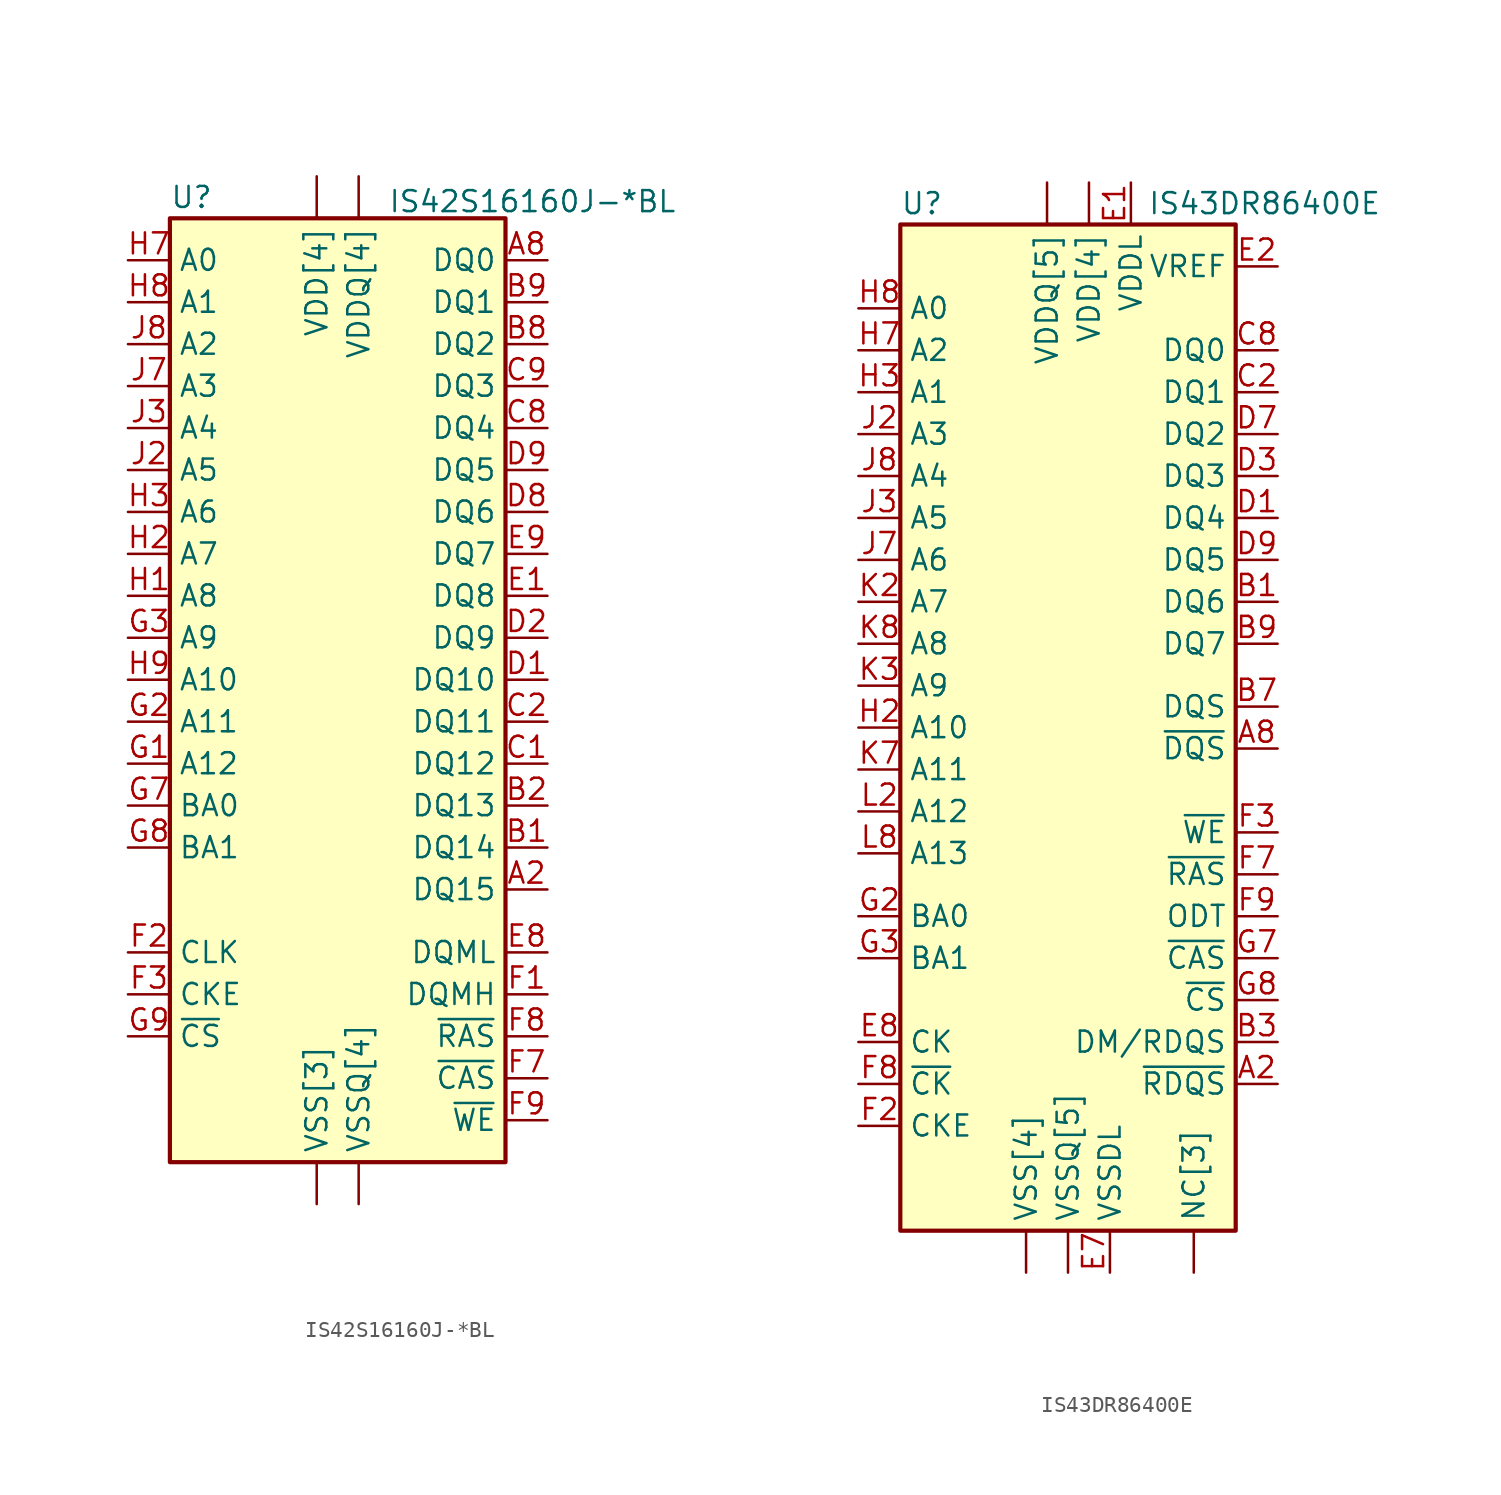
<source format=kicad_sym>
(kicad_symbol_lib
  (version 20231120)
  (generator "kicad_symbol_editor")
  (generator_version "8.0")
  (symbol "IS42S16160J-*BL"
    (property "Reference" "U"
      (at -10.16 30.48 0)
      (effects (font (size 1.27 1.27)) (justify left)))
    (property "Value" "IS42S16160J-*BL"
      (at 3.048 30.226 0)
      (effects (font (size 1.27 1.27)) (justify left)))
    (symbol "IS42S16160J-*BL_0_0"
      (pin input line (at 1.27 31.75 270) (length 2.54) (name "VDDQ[4]" (effects (font (size 1.27 1.27)))) (number "" (effects (font (size 1.27 1.27)))))
      (pin input line (at -1.27 31.75 270) (length 2.54) (name "VDD[4]" (effects (font (size 1.27 1.27)))) (number "" (effects (font (size 1.27 1.27)))))
      (pin input line (at 1.27 -30.48 90) (length 2.54) (name "VSSQ[4]" (effects (font (size 1.27 1.27)))) (number "" (effects (font (size 1.27 1.27)))))
      (pin input line (at -1.27 -30.48 90) (length 2.54) (name "VSS[3]" (effects (font (size 1.27 1.27)))) (number "" (effects (font (size 1.27 1.27)))))
      (pin input line (at -1.27 31.75 270) (length 2.54) hide (name "VDD" (effects (font (size 1.27 1.27)))) (number "1" (effects (font (size 1.27 1.27)))))
      (pin input line (at -1.27 -30.48 90) (length 2.54) hide (name "VSS" (effects (font (size 1.27 1.27)))) (number "A1" (effects (font (size 1.27 1.27)))))
      (pin input line (at 12.7 -11.43 180) (length 2.54) (name "DQ15" (effects (font (size 1.27 1.27)))) (number "A2" (effects (font (size 1.27 1.27)))))
      (pin input line (at 1.27 -30.48 90) (length 2.54) hide (name "VSSQ" (effects (font (size 1.27 1.27)))) (number "A3" (effects (font (size 1.27 1.27)))))
      (pin input line (at 1.27 31.75 270) (length 2.54) hide (name "VDDQ" (effects (font (size 1.27 1.27)))) (number "A7" (effects (font (size 1.27 1.27)))))
      (pin input line (at 12.7 26.67 180) (length 2.54) (name "DQ0" (effects (font (size 1.27 1.27)))) (number "A8" (effects (font (size 1.27 1.27)))))
      (pin input line (at -1.27 31.75 270) (length 2.54) hide (name "VDD" (effects (font (size 1.27 1.27)))) (number "A9" (effects (font (size 1.27 1.27)))))
      (pin input line (at 12.7 -8.89 180) (length 2.54) (name "DQ14" (effects (font (size 1.27 1.27)))) (number "B1" (effects (font (size 1.27 1.27)))))
      (pin input line (at 12.7 -6.35 180) (length 2.54) (name "DQ13" (effects (font (size 1.27 1.27)))) (number "B2" (effects (font (size 1.27 1.27)))))
      (pin input line (at 1.27 31.75 270) (length 2.54) hide (name "VDDQ" (effects (font (size 1.27 1.27)))) (number "B3" (effects (font (size 1.27 1.27)))))
      (pin input line (at 1.27 -30.48 90) (length 2.54) hide (name "VSSQ" (effects (font (size 1.27 1.27)))) (number "B7" (effects (font (size 1.27 1.27)))))
      (pin input line (at 12.7 21.59 180) (length 2.54) (name "DQ2" (effects (font (size 1.27 1.27)))) (number "B8" (effects (font (size 1.27 1.27)))))
      (pin input line (at 12.7 24.13 180) (length 2.54) (name "DQ1" (effects (font (size 1.27 1.27)))) (number "B9" (effects (font (size 1.27 1.27)))))
      (pin input line (at 12.7 -3.81 180) (length 2.54) (name "DQ12" (effects (font (size 1.27 1.27)))) (number "C1" (effects (font (size 1.27 1.27)))))
      (pin input line (at 12.7 -1.27 180) (length 2.54) (name "DQ11" (effects (font (size 1.27 1.27)))) (number "C2" (effects (font (size 1.27 1.27)))))
      (pin input line (at 1.27 -30.48 90) (length 2.54) hide (name "VSSQ" (effects (font (size 1.27 1.27)))) (number "C3" (effects (font (size 1.27 1.27)))))
      (pin input line (at 1.27 31.75 270) (length 2.54) hide (name "VDDQ" (effects (font (size 1.27 1.27)))) (number "C7" (effects (font (size 1.27 1.27)))))
      (pin input line (at 12.7 16.51 180) (length 2.54) (name "DQ4" (effects (font (size 1.27 1.27)))) (number "C8" (effects (font (size 1.27 1.27)))))
      (pin input line (at 12.7 19.05 180) (length 2.54) (name "DQ3" (effects (font (size 1.27 1.27)))) (number "C9" (effects (font (size 1.27 1.27)))))
      (pin input line (at 12.7 1.27 180) (length 2.54) (name "DQ10" (effects (font (size 1.27 1.27)))) (number "D1" (effects (font (size 1.27 1.27)))))
      (pin input line (at 12.7 3.81 180) (length 2.54) (name "DQ9" (effects (font (size 1.27 1.27)))) (number "D2" (effects (font (size 1.27 1.27)))))
      (pin input line (at 1.27 31.75 270) (length 2.54) hide (name "VDDQ" (effects (font (size 1.27 1.27)))) (number "D3" (effects (font (size 1.27 1.27)))))
      (pin input line (at 1.27 -30.48 90) (length 2.54) hide (name "VSSQ" (effects (font (size 1.27 1.27)))) (number "D4" (effects (font (size 1.27 1.27)))))
      (pin input line (at 12.7 11.43 180) (length 2.54) (name "DQ6" (effects (font (size 1.27 1.27)))) (number "D8" (effects (font (size 1.27 1.27)))))
      (pin input line (at 12.7 13.97 180) (length 2.54) (name "DQ5" (effects (font (size 1.27 1.27)))) (number "D9" (effects (font (size 1.27 1.27)))))
      (pin input line (at 12.7 6.35 180) (length 2.54) (name "DQ8" (effects (font (size 1.27 1.27)))) (number "E1" (effects (font (size 1.27 1.27)))))
      (pin input line (at 6.35 -30.48 90) (length 2.54) hide (name "NC" (effects (font (size 1.27 1.27)))) (number "E2" (effects (font (size 1.27 1.27)))))
      (pin input line (at -1.27 -30.48 90) (length 2.54) hide (name "VSS" (effects (font (size 1.27 1.27)))) (number "E3" (effects (font (size 1.27 1.27)))))
      (pin input line (at -1.27 31.75 270) (length 2.54) hide (name "VDD" (effects (font (size 1.27 1.27)))) (number "E7" (effects (font (size 1.27 1.27)))))
      (pin input line (at 12.7 -15.24 180) (length 2.54) (name "DQML" (effects (font (size 1.27 1.27)))) (number "E8" (effects (font (size 1.27 1.27)))))
      (pin input line (at 12.7 8.89 180) (length 2.54) (name "DQ7" (effects (font (size 1.27 1.27)))) (number "E9" (effects (font (size 1.27 1.27)))))
      (pin input line (at 12.7 -17.78 180) (length 2.54) (name "DQMH" (effects (font (size 1.27 1.27)))) (number "F1" (effects (font (size 1.27 1.27)))))
      (pin input line (at -12.7 -15.24 0) (length 2.54) (name "CLK" (effects (font (size 1.27 1.27)))) (number "F2" (effects (font (size 1.27 1.27)))))
      (pin input line (at -12.7 -17.78 0) (length 2.54) (name "CKE" (effects (font (size 1.27 1.27)))) (number "F3" (effects (font (size 1.27 1.27)))))
      (pin input line (at 12.7 -22.86 180) (length 2.54) (name "~{CAS}" (effects (font (size 1.27 1.27)))) (number "F7" (effects (font (size 1.27 1.27)))))
      (pin input line (at 12.7 -20.32 180) (length 2.54) (name "~{RAS}" (effects (font (size 1.27 1.27)))) (number "F8" (effects (font (size 1.27 1.27)))))
      (pin input line (at 12.7 -25.4 180) (length 2.54) (name "~{WE}" (effects (font (size 1.27 1.27)))) (number "F9" (effects (font (size 1.27 1.27)))))
      (pin input line (at -12.7 -3.81 0) (length 2.54) (name "A12" (effects (font (size 1.27 1.27)))) (number "G1" (effects (font (size 1.27 1.27)))))
      (pin input line (at -12.7 -1.27 0) (length 2.54) (name "A11" (effects (font (size 1.27 1.27)))) (number "G2" (effects (font (size 1.27 1.27)))))
      (pin input line (at -12.7 3.81 0) (length 2.54) (name "A9" (effects (font (size 1.27 1.27)))) (number "G3" (effects (font (size 1.27 1.27)))))
      (pin input line (at -12.7 -6.35 0) (length 2.54) (name "BA0" (effects (font (size 1.27 1.27)))) (number "G7" (effects (font (size 1.27 1.27)))))
      (pin input line (at -12.7 -8.89 0) (length 2.54) (name "BA1" (effects (font (size 1.27 1.27)))) (number "G8" (effects (font (size 1.27 1.27)))))
      (pin input line (at -12.7 -20.32 0) (length 2.54) (name "~{CS}" (effects (font (size 1.27 1.27)))) (number "G9" (effects (font (size 1.27 1.27)))))
      (pin input line (at -12.7 6.35 0) (length 2.54) (name "A8" (effects (font (size 1.27 1.27)))) (number "H1" (effects (font (size 1.27 1.27)))))
      (pin input line (at -12.7 8.89 0) (length 2.54) (name "A7" (effects (font (size 1.27 1.27)))) (number "H2" (effects (font (size 1.27 1.27)))))
      (pin input line (at -12.7 11.43 0) (length 2.54) (name "A6" (effects (font (size 1.27 1.27)))) (number "H3" (effects (font (size 1.27 1.27)))))
      (pin input line (at -12.7 26.67 0) (length 2.54) (name "A0" (effects (font (size 1.27 1.27)))) (number "H7" (effects (font (size 1.27 1.27)))))
      (pin input line (at -12.7 24.13 0) (length 2.54) (name "A1" (effects (font (size 1.27 1.27)))) (number "H8" (effects (font (size 1.27 1.27)))))
      (pin input line (at -12.7 1.27 0) (length 2.54) (name "A10" (effects (font (size 1.27 1.27)))) (number "H9" (effects (font (size 1.27 1.27)))))
      (pin input line (at -1.27 -30.48 90) (length 2.54) hide (name "VSS" (effects (font (size 1.27 1.27)))) (number "J1" (effects (font (size 1.27 1.27)))))
      (pin input line (at -12.7 13.97 0) (length 2.54) (name "A5" (effects (font (size 1.27 1.27)))) (number "J2" (effects (font (size 1.27 1.27)))))
      (pin input line (at -12.7 16.51 0) (length 2.54) (name "A4" (effects (font (size 1.27 1.27)))) (number "J3" (effects (font (size 1.27 1.27)))))
      (pin input line (at -12.7 19.05 0) (length 2.54) (name "A3" (effects (font (size 1.27 1.27)))) (number "J7" (effects (font (size 1.27 1.27)))))
      (pin input line (at -12.7 21.59 0) (length 2.54) (name "A2" (effects (font (size 1.27 1.27)))) (number "J8" (effects (font (size 1.27 1.27)))))
      (pin input line (at -1.27 31.75 270) (length 2.54) hide (name "VDD" (effects (font (size 1.27 1.27)))) (number "J9" (effects (font (size 1.27 1.27))))))
    (symbol "IS42S16160J-*BL_0_1"
      (rectangle (start -10.16 29.21) (end 10.16 -27.94) (stroke (width 0.254) (type default)) (fill (type background)))))
  (symbol "IS43DR86400E"
    (property "Reference" "U"
      (at -10.16 30.48 0)
      (effects (font (size 1.27 1.27)) (justify left)))
    (property "Value" "IS43DR86400E"
      (at 4.826 30.48 0)
      (effects (font (size 1.27 1.27)) (justify left)))
    (symbol "IS43DR86400E_0_0"
      (pin input line (at 7.62 -34.29 90) (length 2.54) (name "NC[3]" (effects (font (size 1.27 1.27)))) (number "" (effects (font (size 1.27 1.27)))))
      (pin input line (at -1.27 31.75 270) (length 2.54) (name "VDDQ[5]" (effects (font (size 1.27 1.27)))) (number "" (effects (font (size 1.27 1.27)))))
      (pin input line (at 1.27 31.75 270) (length 2.54) (name "VDD[4]" (effects (font (size 1.27 1.27)))) (number "" (effects (font (size 1.27 1.27)))))
      (pin input line (at 0 -34.29 90) (length 2.54) (name "VSSQ[5]" (effects (font (size 1.27 1.27)))) (number "" (effects (font (size 1.27 1.27)))))
      (pin input line (at -2.54 -34.29 90) (length 2.54) (name "VSS[4]" (effects (font (size 1.27 1.27)))) (number "" (effects (font (size 1.27 1.27)))))
      (pin input line (at 1.27 31.75 270) (length 2.54) hide (name "VDD" (effects (font (size 1.27 1.27)))) (number "A1" (effects (font (size 1.27 1.27)))))
      (pin input line (at 12.7 -22.86 180) (length 2.54) (name "~{RDQS}" (effects (font (size 1.27 1.27)))) (number "A2" (effects (font (size 1.27 1.27)))))
      (pin input line (at -2.54 -34.29 90) (length 2.54) hide (name "VSS" (effects (font (size 1.27 1.27)))) (number "A3" (effects (font (size 1.27 1.27)))))
      (pin input line (at 0 -34.29 90) (length 2.54) hide (name "VSSQ" (effects (font (size 1.27 1.27)))) (number "A7" (effects (font (size 1.27 1.27)))))
      (pin input line (at 12.7 -2.54 180) (length 2.54) (name "~{DQS}" (effects (font (size 1.27 1.27)))) (number "A8" (effects (font (size 1.27 1.27)))))
      (pin input line (at -1.27 31.75 270) (length 2.54) hide (name "VDDQ" (effects (font (size 1.27 1.27)))) (number "A9" (effects (font (size 1.27 1.27)))))
      (pin input line (at 12.7 6.35 180) (length 2.54) (name "DQ6" (effects (font (size 1.27 1.27)))) (number "B1" (effects (font (size 1.27 1.27)))))
      (pin input line (at 0 -34.29 90) (length 2.54) hide (name "VSSQ" (effects (font (size 1.27 1.27)))) (number "B2" (effects (font (size 1.27 1.27)))))
      (pin input line (at 12.7 -20.32 180) (length 2.54) (name "DM/RDQS" (effects (font (size 1.27 1.27)))) (number "B3" (effects (font (size 1.27 1.27)))))
      (pin input line (at 12.7 0 180) (length 2.54) (name "DQS" (effects (font (size 1.27 1.27)))) (number "B7" (effects (font (size 1.27 1.27)))))
      (pin input line (at 0 -34.29 90) (length 2.54) hide (name "VSSQ" (effects (font (size 1.27 1.27)))) (number "B8" (effects (font (size 1.27 1.27)))))
      (pin input line (at 12.7 3.81 180) (length 2.54) (name "DQ7" (effects (font (size 1.27 1.27)))) (number "B9" (effects (font (size 1.27 1.27)))))
      (pin input line (at -1.27 31.75 270) (length 2.54) hide (name "VDDQ" (effects (font (size 1.27 1.27)))) (number "C1" (effects (font (size 1.27 1.27)))))
      (pin input line (at 12.7 19.05 180) (length 2.54) (name "DQ1" (effects (font (size 1.27 1.27)))) (number "C2" (effects (font (size 1.27 1.27)))))
      (pin input line (at -1.27 31.75 270) (length 2.54) hide (name "VDDQ" (effects (font (size 1.27 1.27)))) (number "C3" (effects (font (size 1.27 1.27)))))
      (pin input line (at -1.27 31.75 270) (length 2.54) hide (name "VDDQ" (effects (font (size 1.27 1.27)))) (number "C7" (effects (font (size 1.27 1.27)))))
      (pin input line (at 12.7 21.59 180) (length 2.54) (name "DQ0" (effects (font (size 1.27 1.27)))) (number "C8" (effects (font (size 1.27 1.27)))))
      (pin input line (at -1.27 31.75 270) (length 2.54) hide (name "VDDQ" (effects (font (size 1.27 1.27)))) (number "C9" (effects (font (size 1.27 1.27)))))
      (pin input line (at 12.7 11.43 180) (length 2.54) (name "DQ4" (effects (font (size 1.27 1.27)))) (number "D1" (effects (font (size 1.27 1.27)))))
      (pin input line (at 0 -34.29 90) (length 2.54) hide (name "VSSQ" (effects (font (size 1.27 1.27)))) (number "D2" (effects (font (size 1.27 1.27)))))
      (pin input line (at 12.7 13.97 180) (length 2.54) (name "DQ3" (effects (font (size 1.27 1.27)))) (number "D3" (effects (font (size 1.27 1.27)))))
      (pin input line (at 12.7 16.51 180) (length 2.54) (name "DQ2" (effects (font (size 1.27 1.27)))) (number "D7" (effects (font (size 1.27 1.27)))))
      (pin input line (at 0 -34.29 90) (length 2.54) hide (name "VSSQ" (effects (font (size 1.27 1.27)))) (number "D8" (effects (font (size 1.27 1.27)))))
      (pin input line (at 12.7 8.89 180) (length 2.54) (name "DQ5" (effects (font (size 1.27 1.27)))) (number "D9" (effects (font (size 1.27 1.27)))))
      (pin input line (at 3.81 31.75 270) (length 2.54) (name "VDDL" (effects (font (size 1.27 1.27)))) (number "E1" (effects (font (size 1.27 1.27)))))
      (pin input line (at 12.7 26.67 180) (length 2.54) (name "VREF" (effects (font (size 1.27 1.27)))) (number "E2" (effects (font (size 1.27 1.27)))))
      (pin input line (at -2.54 -34.29 90) (length 2.54) hide (name "VSS" (effects (font (size 1.27 1.27)))) (number "E3" (effects (font (size 1.27 1.27)))))
      (pin input line (at 2.54 -34.29 90) (length 2.54) (name "VSSDL" (effects (font (size 1.27 1.27)))) (number "E7" (effects (font (size 1.27 1.27)))))
      (pin input line (at -12.7 -20.32 0) (length 2.54) (name "CK" (effects (font (size 1.27 1.27)))) (number "E8" (effects (font (size 1.27 1.27)))))
      (pin input line (at 1.27 31.75 270) (length 2.54) hide (name "VDD" (effects (font (size 1.27 1.27)))) (number "E9" (effects (font (size 1.27 1.27)))))
      (pin input line (at -12.7 -25.4 0) (length 2.54) (name "CKE" (effects (font (size 1.27 1.27)))) (number "F2" (effects (font (size 1.27 1.27)))))
      (pin input line (at 12.7 -7.62 180) (length 2.54) (name "~{WE}" (effects (font (size 1.27 1.27)))) (number "F3" (effects (font (size 1.27 1.27)))))
      (pin input line (at 12.7 -10.16 180) (length 2.54) (name "~{RAS}" (effects (font (size 1.27 1.27)))) (number "F7" (effects (font (size 1.27 1.27)))))
      (pin input line (at -12.7 -22.86 0) (length 2.54) (name "~{CK}" (effects (font (size 1.27 1.27)))) (number "F8" (effects (font (size 1.27 1.27)))))
      (pin input line (at 12.7 -12.7 180) (length 2.54) (name "ODT" (effects (font (size 1.27 1.27)))) (number "F9" (effects (font (size 1.27 1.27)))))
      (pin input line (at 7.62 -34.29 90) (length 2.54) hide (name "NC" (effects (font (size 1.27 1.27)))) (number "G1" (effects (font (size 1.27 1.27)))))
      (pin input line (at -12.7 -12.7 0) (length 2.54) (name "BA0" (effects (font (size 1.27 1.27)))) (number "G2" (effects (font (size 1.27 1.27)))))
      (pin input line (at -12.7 -15.24 0) (length 2.54) (name "BA1" (effects (font (size 1.27 1.27)))) (number "G3" (effects (font (size 1.27 1.27)))))
      (pin input line (at 12.7 -15.24 180) (length 2.54) (name "~{CAS}" (effects (font (size 1.27 1.27)))) (number "G7" (effects (font (size 1.27 1.27)))))
      (pin input line (at 12.7 -17.78 180) (length 2.54) (name "~{CS}" (effects (font (size 1.27 1.27)))) (number "G8" (effects (font (size 1.27 1.27)))))
      (pin input line (at -12.7 -1.27 0) (length 2.54) (name "A10" (effects (font (size 1.27 1.27)))) (number "H2" (effects (font (size 1.27 1.27)))))
      (pin input line (at -12.7 19.05 0) (length 2.54) (name "A1" (effects (font (size 1.27 1.27)))) (number "H3" (effects (font (size 1.27 1.27)))))
      (pin input line (at -12.7 21.59 0) (length 2.54) (name "A2" (effects (font (size 1.27 1.27)))) (number "H7" (effects (font (size 1.27 1.27)))))
      (pin input line (at -12.7 24.13 0) (length 2.54) (name "A0" (effects (font (size 1.27 1.27)))) (number "H8" (effects (font (size 1.27 1.27)))))
      (pin input line (at 1.27 31.75 270) (length 2.54) hide (name "VDD" (effects (font (size 1.27 1.27)))) (number "H9" (effects (font (size 1.27 1.27)))))
      (pin input line (at -2.54 -34.29 90) (length 2.54) hide (name "VSS" (effects (font (size 1.27 1.27)))) (number "J1" (effects (font (size 1.27 1.27)))))
      (pin input line (at -12.7 16.51 0) (length 2.54) (name "A3" (effects (font (size 1.27 1.27)))) (number "J2" (effects (font (size 1.27 1.27)))))
      (pin input line (at -12.7 11.43 0) (length 2.54) (name "A5" (effects (font (size 1.27 1.27)))) (number "J3" (effects (font (size 1.27 1.27)))))
      (pin input line (at -12.7 8.89 0) (length 2.54) (name "A6" (effects (font (size 1.27 1.27)))) (number "J7" (effects (font (size 1.27 1.27)))))
      (pin input line (at -12.7 13.97 0) (length 2.54) (name "A4" (effects (font (size 1.27 1.27)))) (number "J8" (effects (font (size 1.27 1.27)))))
      (pin input line (at -12.7 6.35 0) (length 2.54) (name "A7" (effects (font (size 1.27 1.27)))) (number "K2" (effects (font (size 1.27 1.27)))))
      (pin input line (at -12.7 1.27 0) (length 2.54) (name "A9" (effects (font (size 1.27 1.27)))) (number "K3" (effects (font (size 1.27 1.27)))))
      (pin input line (at -12.7 -3.81 0) (length 2.54) (name "A11" (effects (font (size 1.27 1.27)))) (number "K7" (effects (font (size 1.27 1.27)))))
      (pin input line (at -12.7 3.81 0) (length 2.54) (name "A8" (effects (font (size 1.27 1.27)))) (number "K8" (effects (font (size 1.27 1.27)))))
      (pin input line (at -2.54 -34.29 90) (length 2.54) hide (name "VSS" (effects (font (size 1.27 1.27)))) (number "K9" (effects (font (size 1.27 1.27)))))
      (pin input line (at 1.27 31.75 270) (length 2.54) hide (name "VDD" (effects (font (size 1.27 1.27)))) (number "L1" (effects (font (size 1.27 1.27)))))
      (pin input line (at -12.7 -6.35 0) (length 2.54) (name "A12" (effects (font (size 1.27 1.27)))) (number "L2" (effects (font (size 1.27 1.27)))))
      (pin input line (at 7.62 -34.29 90) (length 2.54) hide (name "NC" (effects (font (size 1.27 1.27)))) (number "L3" (effects (font (size 1.27 1.27)))))
      (pin input line (at 7.62 -34.29 90) (length 2.54) hide (name "NC" (effects (font (size 1.27 1.27)))) (number "L7" (effects (font (size 1.27 1.27)))))
      (pin input line (at -12.7 -8.89 0) (length 2.54) (name "A13" (effects (font (size 1.27 1.27)))) (number "L8" (effects (font (size 1.27 1.27))))))
    (symbol "IS43DR86400E_0_1"
      (rectangle (start -10.16 29.21) (end 10.16 -31.75) (stroke (width 0.254) (type default)) (fill (type background))))))
</source>
